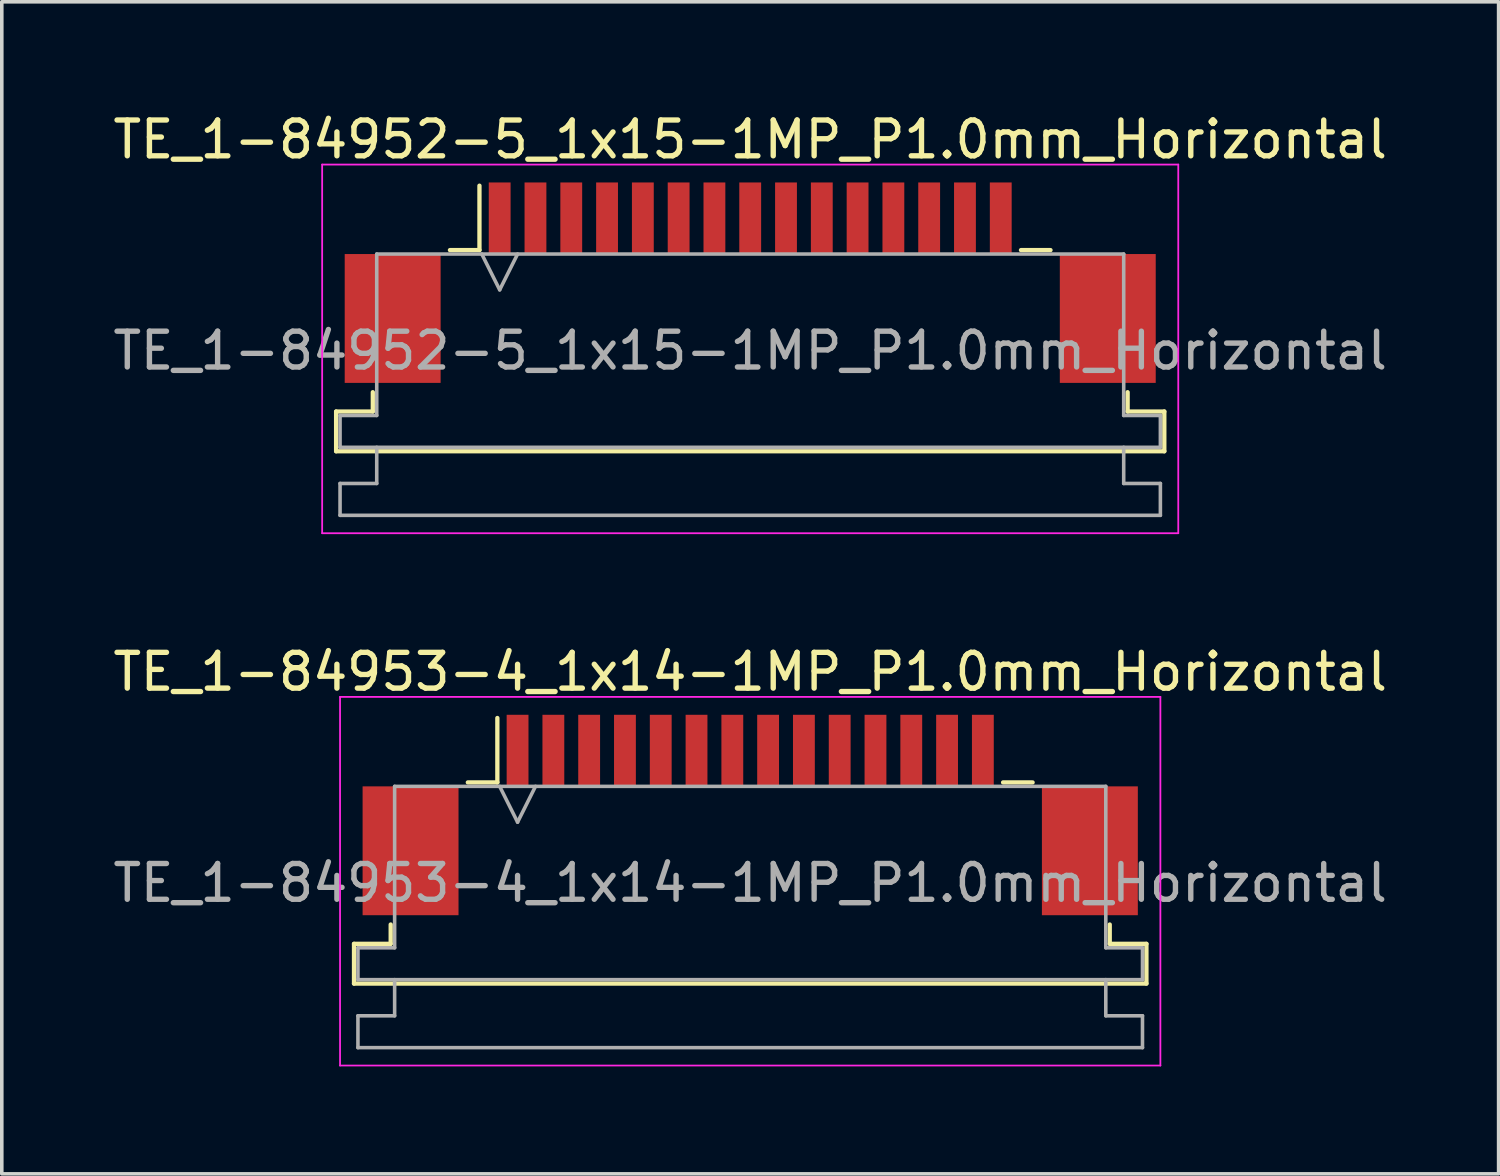
<source format=kicad_pcb>
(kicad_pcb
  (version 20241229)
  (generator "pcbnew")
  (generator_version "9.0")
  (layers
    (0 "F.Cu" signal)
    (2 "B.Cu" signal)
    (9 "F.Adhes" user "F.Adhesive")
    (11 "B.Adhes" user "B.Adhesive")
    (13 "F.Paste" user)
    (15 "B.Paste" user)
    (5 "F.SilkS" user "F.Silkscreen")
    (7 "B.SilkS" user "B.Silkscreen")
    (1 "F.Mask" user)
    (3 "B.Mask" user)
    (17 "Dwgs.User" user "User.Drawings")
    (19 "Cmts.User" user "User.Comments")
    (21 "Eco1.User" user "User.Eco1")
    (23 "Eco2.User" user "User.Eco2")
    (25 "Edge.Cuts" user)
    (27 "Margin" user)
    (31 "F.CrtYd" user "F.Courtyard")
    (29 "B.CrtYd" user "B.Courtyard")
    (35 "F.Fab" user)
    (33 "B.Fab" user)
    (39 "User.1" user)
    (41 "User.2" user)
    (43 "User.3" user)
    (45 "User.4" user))
  (footprint "TE_1-84952-5_1x15-1MP_P1.0mm_Horizontal"
    (layer "F.Cu")
    (at 17.911 4.848)
    (property "Reference" "TE_1-84952-5_1x15-1MP_P1.0mm_Horizontal" (at 0 -4 0) (layer "F.SilkS") (effects (font (size 1 1) (thickness 0.15))))
    (attr smd)
    (fp_line (start -11.57 3.6) (end -10.545 3.6) (stroke (width 0.12) (type solid)) (layer "F.SilkS"))
    (fp_line (start -11.57 4.71) (end -11.57 3.6) (stroke (width 0.12) (type solid)) (layer "F.SilkS"))
    (fp_line (start -10.545 3.6) (end -10.545 3.06) (stroke (width 0.12) (type solid)) (layer "F.SilkS"))
    (fp_line (start -8.39 -0.91) (end -7.565 -0.91) (stroke (width 0.12) (type solid)) (layer "F.SilkS"))
    (fp_line (start -7.565 -0.91) (end -7.565 -2.71) (stroke (width 0.12) (type solid)) (layer "F.SilkS"))
    (fp_line (start 7.565 -0.91) (end 8.39 -0.91) (stroke (width 0.12) (type solid)) (layer "F.SilkS"))
    (fp_line (start 10.545 3.06) (end 10.545 3.6) (stroke (width 0.12) (type solid)) (layer "F.SilkS"))
    (fp_line (start 10.545 3.6) (end 11.57 3.6) (stroke (width 0.12) (type solid)) (layer "F.SilkS"))
    (fp_line (start 11.57 3.6) (end 11.57 4.71) (stroke (width 0.12) (type solid)) (layer "F.SilkS"))
    (fp_line (start 11.57 4.71) (end -11.57 4.71) (stroke (width 0.12) (type solid)) (layer "F.SilkS"))
    (fp_line (start -11.96 -3.3) (end -11.96 7) (stroke (width 0.05) (type solid)) (layer "F.CrtYd"))
    (fp_line (start -11.96 7) (end 11.96 7) (stroke (width 0.05) (type solid)) (layer "F.CrtYd"))
    (fp_line (start 11.96 -3.3) (end -11.96 -3.3) (stroke (width 0.05) (type solid)) (layer "F.CrtYd"))
    (fp_line (start 11.96 7) (end 11.96 -3.3) (stroke (width 0.05) (type solid)) (layer "F.CrtYd"))
    (fp_line (start -11.46 3.71) (end -10.435 3.71) (stroke (width 0.1) (type solid)) (layer "F.Fab"))
    (fp_line (start -11.46 4.6) (end -11.46 3.71) (stroke (width 0.1) (type solid)) (layer "F.Fab"))
    (fp_line (start -11.46 5.61) (end -10.435 5.61) (stroke (width 0.1) (type solid)) (layer "F.Fab"))
    (fp_line (start -11.46 6.5) (end -11.46 5.61) (stroke (width 0.1) (type solid)) (layer "F.Fab"))
    (fp_line (start -10.435 -0.8) (end 10.435 -0.8) (stroke (width 0.1) (type solid)) (layer "F.Fab"))
    (fp_line (start -10.435 3.71) (end -10.435 -0.8) (stroke (width 0.1) (type solid)) (layer "F.Fab"))
    (fp_line (start -10.435 5.61) (end -10.435 4.6) (stroke (width 0.1) (type solid)) (layer "F.Fab"))
    (fp_line (start -7.5 -0.8) (end -7 0.2) (stroke (width 0.1) (type solid)) (layer "F.Fab"))
    (fp_line (start -7 0.2) (end -6.5 -0.8) (stroke (width 0.1) (type solid)) (layer "F.Fab"))
    (fp_line (start 10.435 -0.8) (end 10.435 3.71) (stroke (width 0.1) (type solid)) (layer "F.Fab"))
    (fp_line (start 10.435 3.71) (end 11.46 3.71) (stroke (width 0.1) (type solid)) (layer "F.Fab"))
    (fp_line (start 10.435 4.6) (end 10.435 5.61) (stroke (width 0.1) (type solid)) (layer "F.Fab"))
    (fp_line (start 10.435 5.61) (end 11.46 5.61) (stroke (width 0.1) (type solid)) (layer "F.Fab"))
    (fp_line (start 11.46 3.71) (end 11.46 4.6) (stroke (width 0.1) (type solid)) (layer "F.Fab"))
    (fp_line (start 11.46 4.6) (end -11.46 4.6) (stroke (width 0.1) (type solid)) (layer "F.Fab"))
    (fp_line (start 11.46 5.61) (end 11.46 6.5) (stroke (width 0.1) (type solid)) (layer "F.Fab"))
    (fp_line (start 11.46 6.5) (end -11.46 6.5) (stroke (width 0.1) (type solid)) (layer "F.Fab"))
    (fp_text user "${REFERENCE}" (at 0 1.9 0) (layer "F.Fab") (effects (font (size 1 1) (thickness 0.15))))
    (pad "1" smd rect (at -7 -1.8) (size 0.61 2) (layers "F.Cu" "F.Mask" "F.Paste"))
    (pad "2" smd rect (at -6 -1.8) (size 0.61 2) (layers "F.Cu" "F.Mask" "F.Paste"))
    (pad "3" smd rect (at -5 -1.8) (size 0.61 2) (layers "F.Cu" "F.Mask" "F.Paste"))
    (pad "4" smd rect (at -4 -1.8) (size 0.61 2) (layers "F.Cu" "F.Mask" "F.Paste"))
    (pad "5" smd rect (at -3 -1.8) (size 0.61 2) (layers "F.Cu" "F.Mask" "F.Paste"))
    (pad "6" smd rect (at -2 -1.8) (size 0.61 2) (layers "F.Cu" "F.Mask" "F.Paste"))
    (pad "7" smd rect (at -1 -1.8) (size 0.61 2) (layers "F.Cu" "F.Mask" "F.Paste"))
    (pad "8" smd rect (at 0 -1.8) (size 0.61 2) (layers "F.Cu" "F.Mask" "F.Paste"))
    (pad "9" smd rect (at 1 -1.8) (size 0.61 2) (layers "F.Cu" "F.Mask" "F.Paste"))
    (pad "10" smd rect (at 2 -1.8) (size 0.61 2) (layers "F.Cu" "F.Mask" "F.Paste"))
    (pad "11" smd rect (at 3 -1.8) (size 0.61 2) (layers "F.Cu" "F.Mask" "F.Paste"))
    (pad "12" smd rect (at 4 -1.8) (size 0.61 2) (layers "F.Cu" "F.Mask" "F.Paste"))
    (pad "13" smd rect (at 5 -1.8) (size 0.61 2) (layers "F.Cu" "F.Mask" "F.Paste"))
    (pad "14" smd rect (at 6 -1.8) (size 0.61 2) (layers "F.Cu" "F.Mask" "F.Paste"))
    (pad "15" smd rect (at 7 -1.8) (size 0.61 2) (layers "F.Cu" "F.Mask" "F.Paste"))
    (pad "MP" smd rect (at -9.99 1) (size 2.68 3.6) (layers "F.Cu" "F.Mask" "F.Paste"))
    (pad "MP" smd rect (at 9.99 1) (size 2.68 3.6) (layers "F.Cu" "F.Mask" "F.Paste")))
  (footprint "TE_1-84953-4_1x14-1MP_P1.0mm_Horizontal"
    (layer "F.Cu")
    (at 17.911 19.721)
    (property "Reference" "TE_1-84953-4_1x14-1MP_P1.0mm_Horizontal" (at 0 -4 0) (layer "F.SilkS") (effects (font (size 1 1) (thickness 0.15))))
    (attr smd)
    (fp_line (start -11.07 3.6) (end -10.045 3.6) (stroke (width 0.12) (type solid)) (layer "F.SilkS"))
    (fp_line (start -11.07 4.71) (end -11.07 3.6) (stroke (width 0.12) (type solid)) (layer "F.SilkS"))
    (fp_line (start -10.045 3.6) (end -10.045 3.06) (stroke (width 0.12) (type solid)) (layer "F.SilkS"))
    (fp_line (start -7.89 -0.91) (end -7.065 -0.91) (stroke (width 0.12) (type solid)) (layer "F.SilkS"))
    (fp_line (start -7.065 -0.91) (end -7.065 -2.71) (stroke (width 0.12) (type solid)) (layer "F.SilkS"))
    (fp_line (start 7.065 -0.91) (end 7.89 -0.91) (stroke (width 0.12) (type solid)) (layer "F.SilkS"))
    (fp_line (start 10.045 3.06) (end 10.045 3.6) (stroke (width 0.12) (type solid)) (layer "F.SilkS"))
    (fp_line (start 10.045 3.6) (end 11.07 3.6) (stroke (width 0.12) (type solid)) (layer "F.SilkS"))
    (fp_line (start 11.07 3.6) (end 11.07 4.71) (stroke (width 0.12) (type solid)) (layer "F.SilkS"))
    (fp_line (start 11.07 4.71) (end -11.07 4.71) (stroke (width 0.12) (type solid)) (layer "F.SilkS"))
    (fp_line (start -11.46 -3.3) (end -11.46 7) (stroke (width 0.05) (type solid)) (layer "F.CrtYd"))
    (fp_line (start -11.46 7) (end 11.46 7) (stroke (width 0.05) (type solid)) (layer "F.CrtYd"))
    (fp_line (start 11.46 -3.3) (end -11.46 -3.3) (stroke (width 0.05) (type solid)) (layer "F.CrtYd"))
    (fp_line (start 11.46 7) (end 11.46 -3.3) (stroke (width 0.05) (type solid)) (layer "F.CrtYd"))
    (fp_line (start -10.96 3.71) (end -9.935 3.71) (stroke (width 0.1) (type solid)) (layer "F.Fab"))
    (fp_line (start -10.96 4.6) (end -10.96 3.71) (stroke (width 0.1) (type solid)) (layer "F.Fab"))
    (fp_line (start -10.96 5.61) (end -9.935 5.61) (stroke (width 0.1) (type solid)) (layer "F.Fab"))
    (fp_line (start -10.96 6.5) (end -10.96 5.61) (stroke (width 0.1) (type solid)) (layer "F.Fab"))
    (fp_line (start -9.935 -0.8) (end 9.935 -0.8) (stroke (width 0.1) (type solid)) (layer "F.Fab"))
    (fp_line (start -9.935 3.71) (end -9.935 -0.8) (stroke (width 0.1) (type solid)) (layer "F.Fab"))
    (fp_line (start -9.935 5.61) (end -9.935 4.6) (stroke (width 0.1) (type solid)) (layer "F.Fab"))
    (fp_line (start -7 -0.8) (end -6.5 0.2) (stroke (width 0.1) (type solid)) (layer "F.Fab"))
    (fp_line (start -6.5 0.2) (end -6 -0.8) (stroke (width 0.1) (type solid)) (layer "F.Fab"))
    (fp_line (start 9.935 -0.8) (end 9.935 3.71) (stroke (width 0.1) (type solid)) (layer "F.Fab"))
    (fp_line (start 9.935 3.71) (end 10.96 3.71) (stroke (width 0.1) (type solid)) (layer "F.Fab"))
    (fp_line (start 9.935 4.6) (end 9.935 5.61) (stroke (width 0.1) (type solid)) (layer "F.Fab"))
    (fp_line (start 9.935 5.61) (end 10.96 5.61) (stroke (width 0.1) (type solid)) (layer "F.Fab"))
    (fp_line (start 10.96 3.71) (end 10.96 4.6) (stroke (width 0.1) (type solid)) (layer "F.Fab"))
    (fp_line (start 10.96 4.6) (end -10.96 4.6) (stroke (width 0.1) (type solid)) (layer "F.Fab"))
    (fp_line (start 10.96 5.61) (end 10.96 6.5) (stroke (width 0.1) (type solid)) (layer "F.Fab"))
    (fp_line (start 10.96 6.5) (end -10.96 6.5) (stroke (width 0.1) (type solid)) (layer "F.Fab"))
    (fp_text user "${REFERENCE}" (at 0 1.9 0) (layer "F.Fab") (effects (font (size 1 1) (thickness 0.15))))
    (pad "1" smd rect (at -6.5 -1.8) (size 0.61 2) (layers "F.Cu" "F.Mask" "F.Paste"))
    (pad "2" smd rect (at -5.5 -1.8) (size 0.61 2) (layers "F.Cu" "F.Mask" "F.Paste"))
    (pad "3" smd rect (at -4.5 -1.8) (size 0.61 2) (layers "F.Cu" "F.Mask" "F.Paste"))
    (pad "4" smd rect (at -3.5 -1.8) (size 0.61 2) (layers "F.Cu" "F.Mask" "F.Paste"))
    (pad "5" smd rect (at -2.5 -1.8) (size 0.61 2) (layers "F.Cu" "F.Mask" "F.Paste"))
    (pad "6" smd rect (at -1.5 -1.8) (size 0.61 2) (layers "F.Cu" "F.Mask" "F.Paste"))
    (pad "7" smd rect (at -0.5 -1.8) (size 0.61 2) (layers "F.Cu" "F.Mask" "F.Paste"))
    (pad "8" smd rect (at 0.5 -1.8) (size 0.61 2) (layers "F.Cu" "F.Mask" "F.Paste"))
    (pad "9" smd rect (at 1.5 -1.8) (size 0.61 2) (layers "F.Cu" "F.Mask" "F.Paste"))
    (pad "10" smd rect (at 2.5 -1.8) (size 0.61 2) (layers "F.Cu" "F.Mask" "F.Paste"))
    (pad "11" smd rect (at 3.5 -1.8) (size 0.61 2) (layers "F.Cu" "F.Mask" "F.Paste"))
    (pad "12" smd rect (at 4.5 -1.8) (size 0.61 2) (layers "F.Cu" "F.Mask" "F.Paste"))
    (pad "13" smd rect (at 5.5 -1.8) (size 0.61 2) (layers "F.Cu" "F.Mask" "F.Paste"))
    (pad "14" smd rect (at 6.5 -1.8) (size 0.61 2) (layers "F.Cu" "F.Mask" "F.Paste"))
    (pad "MP" smd rect (at -9.49 1) (size 2.68 3.6) (layers "F.Cu" "F.Mask" "F.Paste"))
    (pad "MP" smd rect (at 9.49 1) (size 2.68 3.6) (layers "F.Cu" "F.Mask" "F.Paste")))
  (gr_rect
    (start -3 -3)
    (end 38.821 29.747)
    (stroke (width 0.1) (type default))
    (fill no)
    (layer "Edge.Cuts")))
</source>
